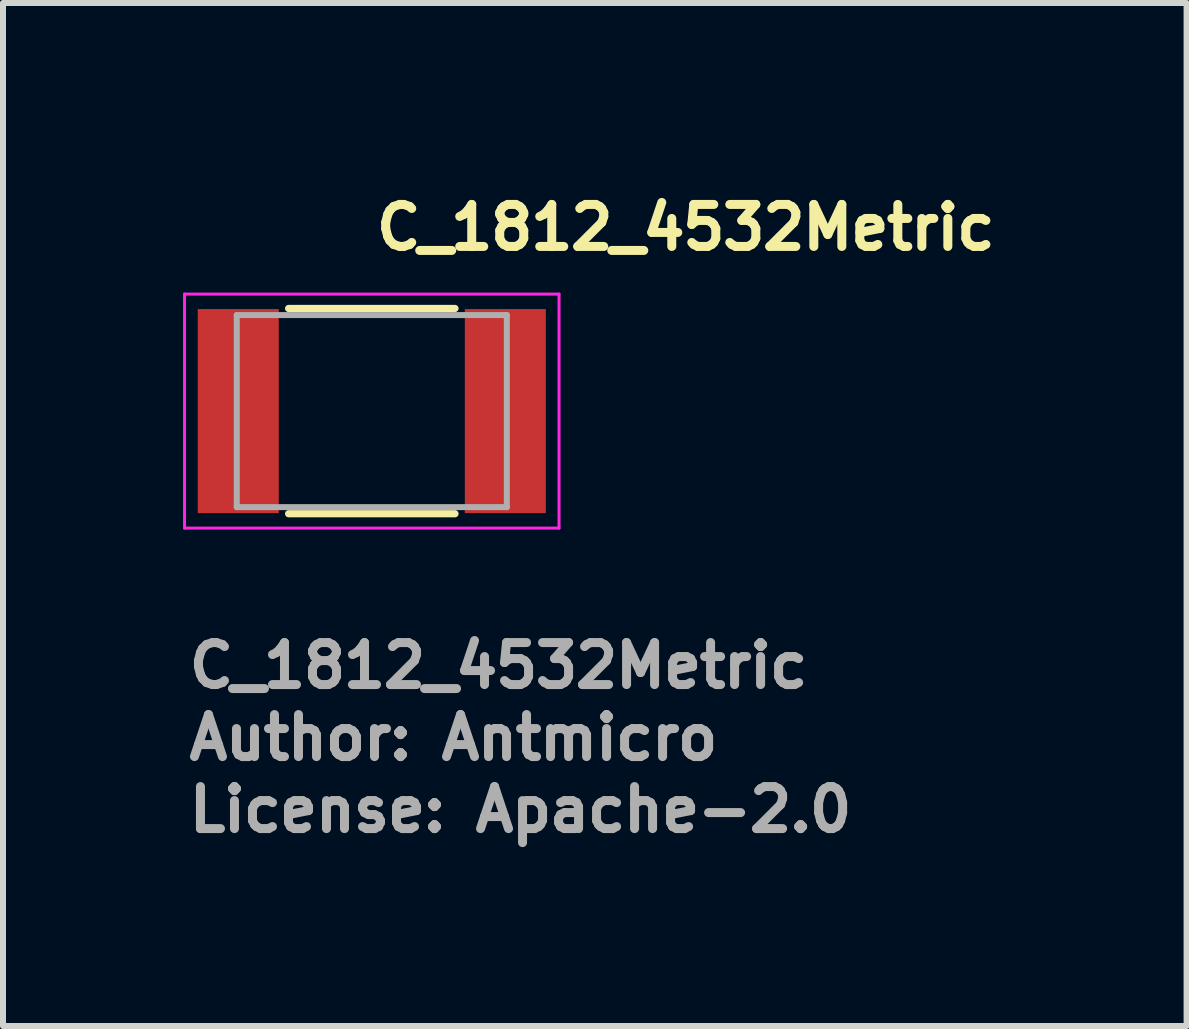
<source format=kicad_pcb>
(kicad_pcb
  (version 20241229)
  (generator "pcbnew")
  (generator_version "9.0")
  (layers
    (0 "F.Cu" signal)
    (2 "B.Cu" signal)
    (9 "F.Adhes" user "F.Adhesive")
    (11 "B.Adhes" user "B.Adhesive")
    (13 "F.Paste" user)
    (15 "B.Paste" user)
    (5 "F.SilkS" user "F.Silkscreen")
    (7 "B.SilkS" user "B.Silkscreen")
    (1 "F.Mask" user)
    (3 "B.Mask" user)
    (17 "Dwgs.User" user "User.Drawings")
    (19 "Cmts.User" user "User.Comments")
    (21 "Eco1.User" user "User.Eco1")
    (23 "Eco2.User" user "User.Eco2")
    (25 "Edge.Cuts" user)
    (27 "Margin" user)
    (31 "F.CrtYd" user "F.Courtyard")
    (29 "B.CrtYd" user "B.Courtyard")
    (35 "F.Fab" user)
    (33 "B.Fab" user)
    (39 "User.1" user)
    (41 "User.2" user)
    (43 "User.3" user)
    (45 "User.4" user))
  (footprint "C_1812_4532Metric"
    (layer "F.Cu")
    (at 3.145 3.8)
    (property "Reference" "C_1812_4532Metric" (at 0 -2.65 0) (layer "F.SilkS") (effects (font (size 0.7 0.7) (thickness 0.15)) (justify left bottom)))
    (attr smd)
    (fp_line (start -1.386 -1.71) (end 1.386 -1.71) (stroke (width 0.12) (type solid)) (layer "F.SilkS"))
    (fp_line (start -1.386 1.71) (end 1.386 1.71) (stroke (width 0.12) (type solid)) (layer "F.SilkS"))
    (fp_line (start -3.12 -1.95) (end 3.12 -1.95) (stroke (width 0.05) (type solid)) (layer "F.CrtYd"))
    (fp_line (start -3.12 1.95) (end -3.12 -1.95) (stroke (width 0.05) (type solid)) (layer "F.CrtYd"))
    (fp_line (start 3.12 -1.95) (end 3.12 1.95) (stroke (width 0.05) (type solid)) (layer "F.CrtYd"))
    (fp_line (start 3.12 1.95) (end -3.12 1.95) (stroke (width 0.05) (type solid)) (layer "F.CrtYd"))
    (fp_line (start -2.25 -1.6) (end 2.25 -1.6) (stroke (width 0.1) (type solid)) (layer "F.Fab"))
    (fp_line (start -2.25 1.6) (end -2.25 -1.6) (stroke (width 0.1) (type solid)) (layer "F.Fab"))
    (fp_line (start 2.25 -1.6) (end 2.25 1.6) (stroke (width 0.1) (type solid)) (layer "F.Fab"))
    (fp_line (start 2.25 1.6) (end -2.25 1.6) (stroke (width 0.1) (type solid)) (layer "F.Fab"))
    (fp_text user "Author: Antmicro" (at -3.12 5.85 0) (layer "F.Fab") (effects (font (size 0.7 0.7) (thickness 0.15)) (justify left bottom)))
    (fp_text user "License: Apache-2.0" (at -3.12 7.05 0) (layer "F.Fab") (effects (font (size 0.7 0.7) (thickness 0.15)) (justify left bottom)))
    (fp_text user "${REFERENCE}" (at -3.12 4.65 0) (layer "F.Fab") (effects (font (size 0.7 0.7) (thickness 0.15)) (justify left bottom)))
    (pad "1" smd rect (at -2.225 0) (size 1.35 3.4) (layers "F.Cu" "F.Mask" "F.Paste"))
    (pad "2" smd rect (at 2.225 0) (size 1.35 3.4) (layers "F.Cu" "F.Mask" "F.Paste")))
  (gr_rect
    (start -3 -3)
    (end 16.722 14.046)
    (stroke (width 0.1) (type default))
    (fill no)
    (layer "Edge.Cuts")))
</source>
